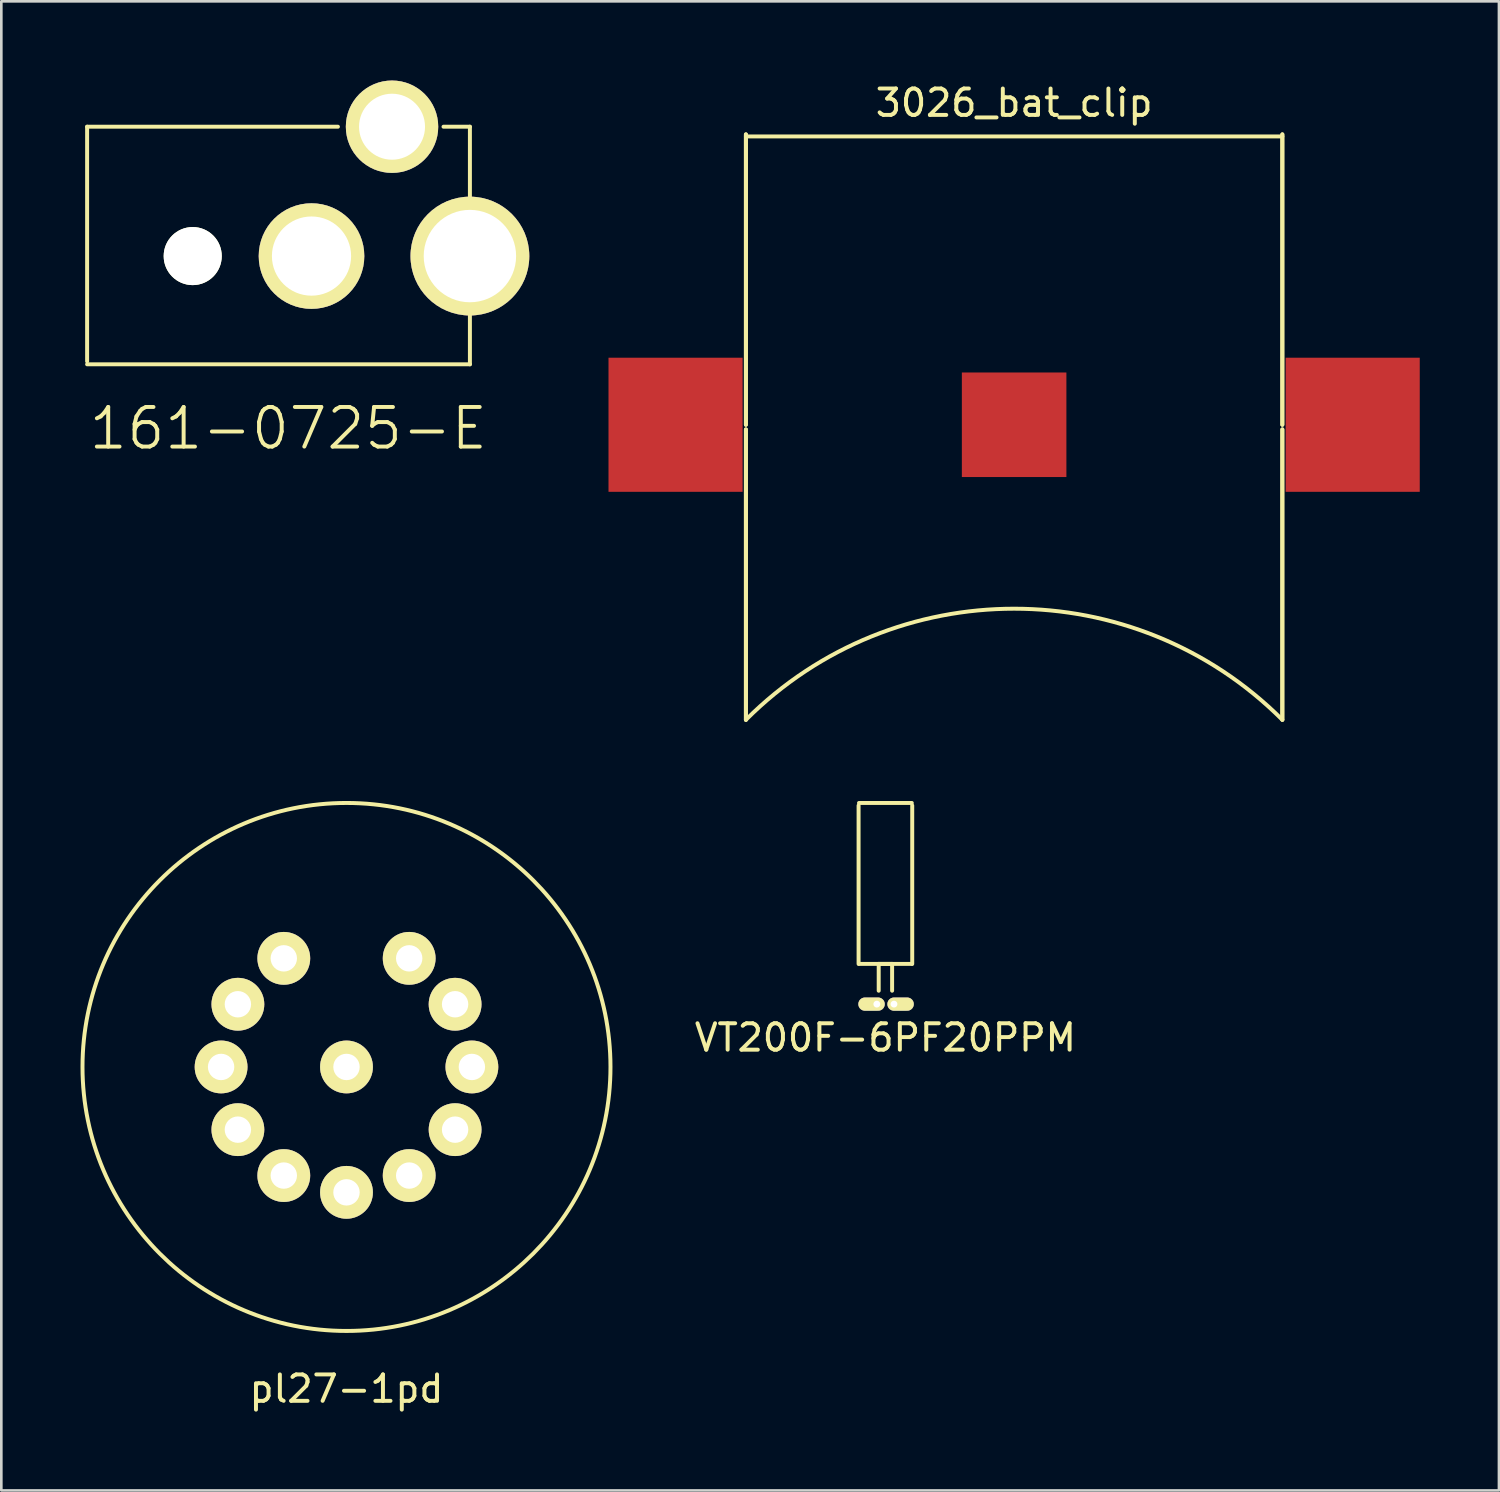
<source format=kicad_pcb>
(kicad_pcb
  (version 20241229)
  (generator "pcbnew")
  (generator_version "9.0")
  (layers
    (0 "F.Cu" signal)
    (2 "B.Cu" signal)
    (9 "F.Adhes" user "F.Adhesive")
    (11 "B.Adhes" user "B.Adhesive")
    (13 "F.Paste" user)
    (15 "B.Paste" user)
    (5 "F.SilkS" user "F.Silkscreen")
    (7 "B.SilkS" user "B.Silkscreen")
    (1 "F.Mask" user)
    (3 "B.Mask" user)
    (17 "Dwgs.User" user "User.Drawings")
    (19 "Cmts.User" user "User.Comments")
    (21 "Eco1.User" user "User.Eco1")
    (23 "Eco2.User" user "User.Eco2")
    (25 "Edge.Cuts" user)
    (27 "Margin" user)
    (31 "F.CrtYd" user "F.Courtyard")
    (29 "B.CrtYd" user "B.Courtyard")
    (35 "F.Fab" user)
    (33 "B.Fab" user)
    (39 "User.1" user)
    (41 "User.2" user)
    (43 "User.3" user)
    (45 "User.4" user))
  (footprint "VT200F-6PF20PPM"
    (layer "F.Cu")
    (at 30.489 34.986)
    (property "Reference" "VT200F-6PF20PPM" (at 0 1.27 0) (layer "F.SilkS") (effects (font (size 1 1) (thickness 0.15))))
    (attr through_hole)
    (fp_line (start -1.016 -1.524) (end -1.016 -7.524) (stroke (width 0.15) (type solid)) (layer "F.SilkS"))
    (fp_line (start -0.254 -1.524) (end 0.254 -1.524) (stroke (width 0.15) (type solid)) (layer "F.SilkS"))
    (fp_line (start -0.254 -0.508) (end -0.254 -1.524) (stroke (width 0.15) (type solid)) (layer "F.SilkS"))
    (fp_line (start 0.254 -1.524) (end 0.254 -0.508) (stroke (width 0.15) (type solid)) (layer "F.SilkS"))
    (fp_line (start 1 -7.62) (end -1 -7.62) (stroke (width 0.15) (type solid)) (layer "F.SilkS"))
    (fp_line (start 1 -1.524) (end -1 -1.524) (stroke (width 0.15) (type solid)) (layer "F.SilkS"))
    (fp_line (start 1.016 -1.524) (end 1.016 -7.524) (stroke (width 0.15) (type solid)) (layer "F.SilkS"))
    (pad "1" thru_hole oval (at 0.325 0) (size 1 0.5) (drill 0.26 (offset 0.25 0)) (layers "*.Cu" "*.Mask" "F.SilkS"))
    (pad "2" thru_hole oval (at -0.325 0) (size 1 0.5) (drill 0.26 (offset -0.2 0)) (layers "*.Cu" "*.Mask" "F.SilkS")))
  (footprint "pl27-1pd"
    (layer "F.Cu")
    (at 10.075 37.366)
    (property "Reference" "pl27-1pd" (at 0 12.192 0) (layer "F.SilkS") (effects (font (size 1 1) (thickness 0.15))))
    (attr through_hole)
    (fp_circle (center 0 0) (end 0 -10) (stroke (width 0.15) (type solid)) (fill no) (layer "F.SilkS"))
    (pad "1" thru_hole circle (at 2.375 -4.114) (size 2 2) (drill 1) (layers "*.Cu" "*.Mask" "F.SilkS"))
    (pad "2" thru_hole circle (at 4.114 -2.375) (size 2 2) (drill 1) (layers "*.Cu" "*.Mask" "F.SilkS"))
    (pad "3" thru_hole circle (at 4.75 0) (size 2 2) (drill 1) (layers "*.Cu" "*.Mask" "F.SilkS"))
    (pad "4" thru_hole circle (at 4.114 2.375) (size 2 2) (drill 1) (layers "*.Cu" "*.Mask" "F.SilkS"))
    (pad "5" thru_hole circle (at 2.375 4.114) (size 2 2) (drill 1) (layers "*.Cu" "*.Mask" "F.SilkS"))
    (pad "6" thru_hole circle (at 0 4.75) (size 2 2) (drill 1) (layers "*.Cu" "*.Mask" "F.SilkS"))
    (pad "7" thru_hole circle (at -2.375 4.114) (size 2 2) (drill 1) (layers "*.Cu" "*.Mask" "F.SilkS"))
    (pad "8" thru_hole circle (at -4.114 2.375) (size 2 2) (drill 1) (layers "*.Cu" "*.Mask" "F.SilkS"))
    (pad "9" thru_hole circle (at -4.75 0) (size 2 2) (drill 1) (layers "*.Cu" "*.Mask" "F.SilkS"))
    (pad "10" thru_hole circle (at -4.114 -2.375) (size 2 2) (drill 1) (layers "*.Cu" "*.Mask" "F.SilkS"))
    (pad "11" thru_hole circle (at -2.375 -4.114) (size 2 2) (drill 1) (layers "*.Cu" "*.Mask" "F.SilkS"))
    (pad "12" thru_hole circle (at 0 0) (size 2 2) (drill 1) (layers "*.Cu" "*.Mask" "F.SilkS")))
  (footprint "161-0725-E"
    (layer "F.Cu")
    (at 0.25 1.75)
    (property "Reference" "161-0725-E" (at 7.62 11.43 0) (layer "F.SilkS") (effects (font (size 1.5 1.5) (thickness 0.15))))
    (attr through_hole)
    (fp_line (start 0 8.89) (end 0 0) (stroke (width 0.15) (type solid)) (layer "F.SilkS"))
    (fp_line (start 9.5 0) (end 0 0) (stroke (width 0.15) (type solid)) (layer "F.SilkS"))
    (fp_line (start 14.5 0) (end 13.5 0) (stroke (width 0.15) (type solid)) (layer "F.SilkS"))
    (fp_line (start 14.5 0) (end 14.5 9) (stroke (width 0.15) (type solid)) (layer "F.SilkS"))
    (fp_line (start 14.5 9) (end 0 9) (stroke (width 0.15) (type solid)) (layer "F.SilkS"))
    (pad "" np_thru_hole circle (at 4 4.9) (size 2.2 2.2) (drill 2.2) (layers "*.Cu" "*.Mask" "F.SilkS"))
    (pad "1" thru_hole circle (at 14.5 4.9) (size 4.5 4.5) (drill 3.5) (layers "*.Cu" "*.Mask" "F.SilkS"))
    (pad "2" thru_hole circle (at 11.55 0) (size 3.5 3.5) (drill 2.5) (layers "*.Cu" "*.Mask" "F.SilkS"))
    (pad "3" thru_hole circle (at 8.5 4.9) (size 4 4) (drill 3) (layers "*.Cu" "*.Mask" "F.SilkS")))
  (footprint "3026_bat_clip"
    (layer "F.Cu")
    (at 35.365 13.04)
    (property "Reference" "3026_bat_clip" (at 0 -12.192 0) (layer "F.SilkS") (effects (font (size 1 1) (thickness 0.15))))
    (attr through_hole)
    (fp_line (start -10.16 -10.922) (end 10.16 -10.922) (stroke (width 0.15) (type solid)) (layer "F.SilkS"))
    (fp_line (start -10.16 0) (end -10.16 -11) (stroke (width 0.15) (type solid)) (layer "F.SilkS"))
    (fp_line (start -10.16 0) (end -10.16 -11) (stroke (width 0.15) (type solid)) (layer "F.SilkS"))
    (fp_line (start -10.16 11.176) (end -10.16 0.176) (stroke (width 0.15) (type solid)) (layer "F.SilkS"))
    (fp_line (start -10.16 11.176) (end -10.16 0.176) (stroke (width 0.15) (type solid)) (layer "F.SilkS"))
    (fp_line (start 10.16 0) (end 10.16 -11) (stroke (width 0.15) (type solid)) (layer "F.SilkS"))
    (fp_line (start 10.16 0) (end 10.16 -11) (stroke (width 0.15) (type solid)) (layer "F.SilkS"))
    (fp_line (start 10.16 11.176) (end 10.16 0.176) (stroke (width 0.15) (type solid)) (layer "F.SilkS"))
    (fp_line (start 10.16 11.176) (end 10.16 0.176) (stroke (width 0.15) (type solid)) (layer "F.SilkS"))
    (fp_arc (start -10.16 11.176) (mid 0 6.96759) (end 10.16 11.176) (stroke (width 0.15) (type solid)) (layer "F.SilkS"))
    (pad "1" smd rect (at -12.825 0) (size 5.08 5.08) (layers "F.Cu" "F.Mask" "F.Paste"))
    (pad "1" smd rect (at 12.825 0) (size 5.08 5.08) (layers "F.Cu" "F.Mask" "F.Paste"))
    (pad "2" smd rect (at 0 0) (size 3.96 3.96) (layers "F.Cu" "F.Mask" "F.Paste")))
  (gr_rect
    (start -3 -3)
    (end 53.73 53.407)
    (stroke (width 0.1) (type default))
    (fill no)
    (layer "Edge.Cuts")))
</source>
